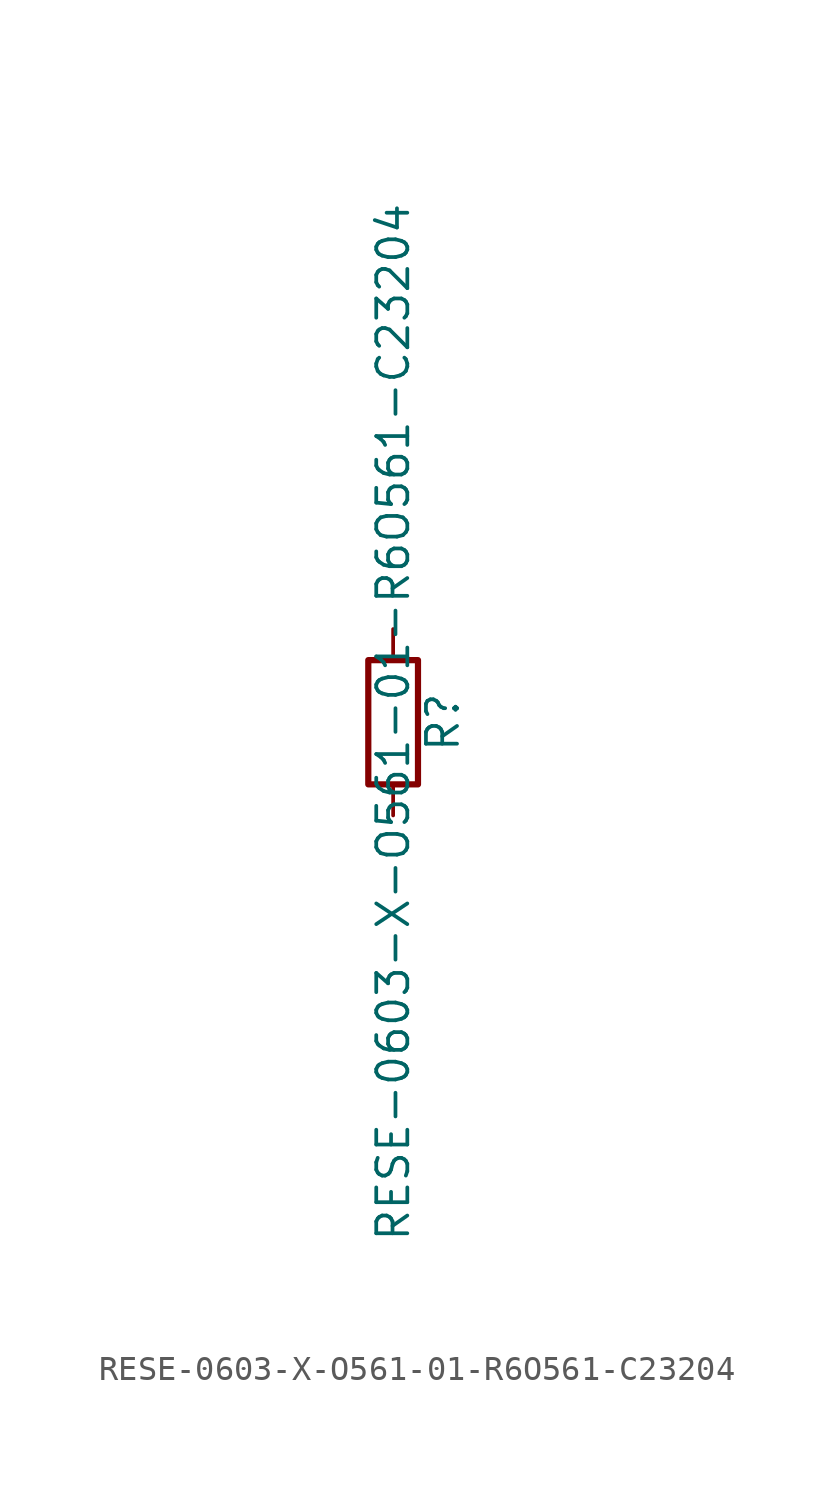
<source format=kicad_sym>
(kicad_symbol_lib
  (version 20211014)
  (generator kicad_symbol_editor)
  (symbol "RESE-0603-X-O561-01-R6O561-C23204"
    (pin_numbers hide)
    (pin_names
      (offset 0))
    (property "Reference" "R"
      (at 2.032 0 90)
      (effects (font (size 1.27 1.27))))
    (property "Value" "RESE-0603-X-O561-01-R6O561-C23204"
      (at 0 0 90)
      (effects (font (size 1.27 1.27))))
    (symbol "RESE-0603-X-O561-01-R6O561-C23204_0_1"
      (rectangle (start -1.016 -2.54) (end 1.016 2.54) (stroke (width 0.254) (type default) (color 0 0 0 0)) (fill (type none))))
    (symbol "RESE-0603-X-O561-01-R6O561-C23204_1_1"
      (pin passive line (at 0 3.81 270) (length 1.27) (name "~" (effects (font (size 1.27 1.27)))) (number "1" (effects (font (size 1.27 1.27)))))
      (pin passive line (at 0 -3.81 90) (length 1.27) (name "~" (effects (font (size 1.27 1.27)))) (number "2" (effects (font (size 1.27 1.27))))))))
</source>
